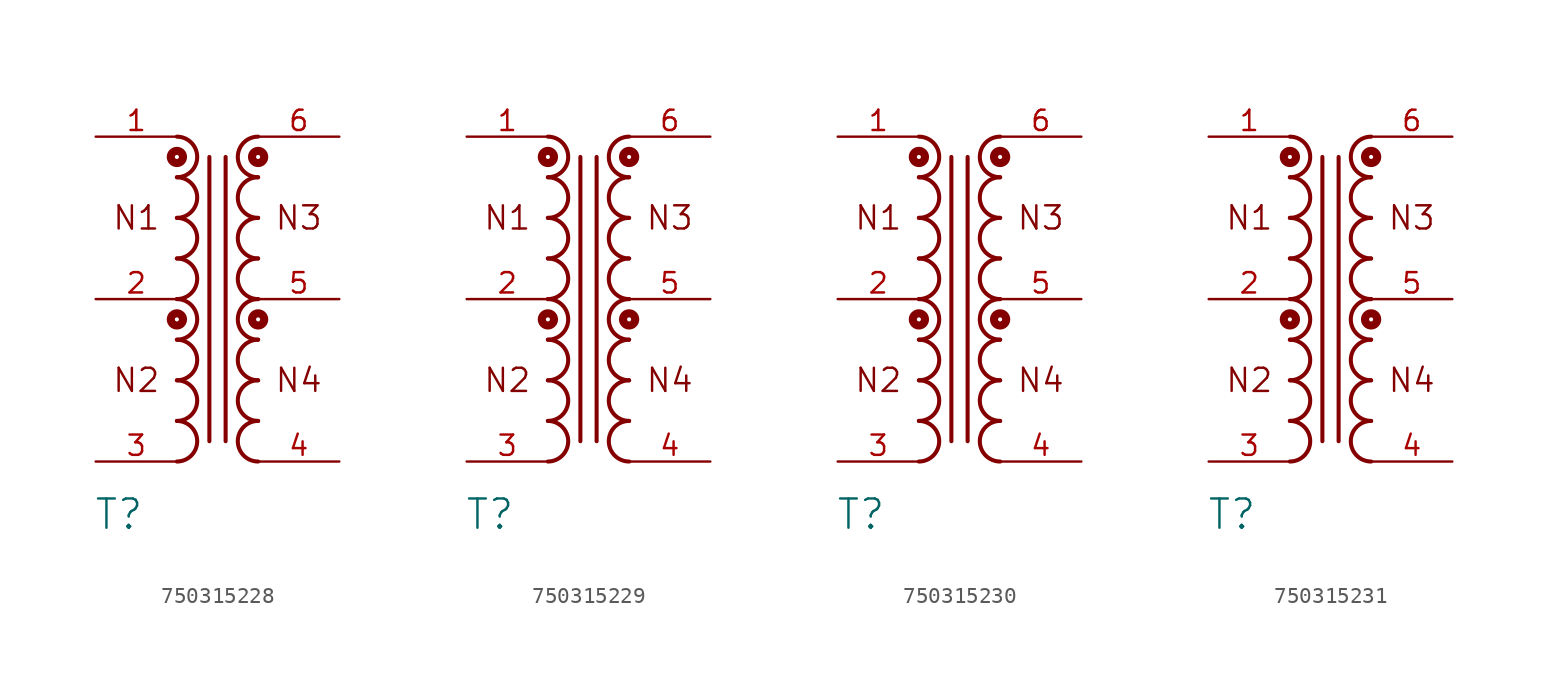
<source format=kicad_sym>
(kicad_symbol_lib
  (version 20231120)
  (generator "kicad_symbol_editor")
  (generator_version "8.0")
  (symbol "750315228"
    (property "Reference" "T"
      (at 1.457 -23.622 0)
      (effects (font (size 1.829 1.829))))
    (symbol "750315228_1_0"
      (polyline (pts (xy 7.112 -1.27) (xy 7.112 -19.05)) (stroke (width 0.254) (type solid)) (fill (type none)))
      (polyline (pts (xy 8.128 -1.27) (xy 8.128 -19.05)) (stroke (width 0.254) (type solid)) (fill (type none)))
      (arc (start 5.08 -20.32) (mid 6.35 -19.05) (end 5.08 -17.78) (stroke (width 0.254) (type solid)) (fill (type none)))
      (arc (start 5.08 -17.78) (mid 6.35 -16.51) (end 5.08 -15.24) (stroke (width 0.254) (type solid)) (fill (type none)))
      (arc (start 5.08 -15.24) (mid 6.35 -13.97) (end 5.08 -12.7) (stroke (width 0.254) (type solid)) (fill (type none)))
      (arc (start 5.08 -12.7) (mid 6.35 -11.43) (end 5.08 -10.16) (stroke (width 0.254) (type solid)) (fill (type none)))
      (circle (center 5.08 -11.43) (radius 0.127) (stroke (width 0.508) (type solid)) (fill (type none)))
      (arc (start 5.08 -10.16) (mid 6.35 -8.89) (end 5.08 -7.62) (stroke (width 0.254) (type solid)) (fill (type none)))
      (arc (start 5.08 -7.62) (mid 6.35 -6.35) (end 5.08 -5.08) (stroke (width 0.254) (type solid)) (fill (type none)))
      (arc (start 5.08 -5.08) (mid 6.35 -3.81) (end 5.08 -2.54) (stroke (width 0.254) (type solid)) (fill (type none)))
      (arc (start 5.08 -2.54) (mid 6.35 -1.27) (end 5.08 0) (stroke (width 0.254) (type solid)) (fill (type none)))
      (circle (center 5.08 -1.27) (radius 0.127) (stroke (width 0.508) (type solid)) (fill (type none)))
      (arc (start 10.16 -17.78) (mid 8.89 -19.05) (end 10.16 -20.32) (stroke (width 0.254) (type solid)) (fill (type none)))
      (arc (start 10.16 -15.24) (mid 8.89 -16.51) (end 10.16 -17.78) (stroke (width 0.254) (type solid)) (fill (type none)))
      (arc (start 10.16 -12.7) (mid 8.89 -13.97) (end 10.16 -15.24) (stroke (width 0.254) (type solid)) (fill (type none)))
      (circle (center 10.16 -11.43) (radius 0.127) (stroke (width 0.508) (type solid)) (fill (type none)))
      (arc (start 10.16 -10.16) (mid 8.89 -11.43) (end 10.16 -12.7) (stroke (width 0.254) (type solid)) (fill (type none)))
      (arc (start 10.16 -7.62) (mid 8.89 -8.89) (end 10.16 -10.16) (stroke (width 0.254) (type solid)) (fill (type none)))
      (arc (start 10.16 -5.08) (mid 8.89 -6.35) (end 10.16 -7.62) (stroke (width 0.254) (type solid)) (fill (type none)))
      (arc (start 10.16 -2.54) (mid 8.89 -3.81) (end 10.16 -5.08) (stroke (width 0.254) (type solid)) (fill (type none)))
      (circle (center 10.16 -1.27) (radius 0.127) (stroke (width 0.508) (type solid)) (fill (type none)))
      (arc (start 10.16 0) (mid 8.89 -1.27) (end 10.16 -2.54) (stroke (width 0.254) (type solid)) (fill (type none)))
      (text "N1" (at 2.54 -5.08 0) (effects (font (size 1.448 1.448))))
      (text "N2" (at 2.54 -15.24 0) (effects (font (size 1.448 1.448))))
      (text "N3" (at 12.7 -5.08 0) (effects (font (size 1.448 1.448))))
      (text "N4" (at 12.7 -15.24 0) (effects (font (size 1.448 1.448))))
      (pin passive line (at 0 0 0) (length 5.08) (name "1" (effects (font (size 0 0)))) (number "1" (effects (font (size 1.27 1.27)))))
      (pin passive line (at 0 -10.16 0) (length 5.08) (name "2" (effects (font (size 0 0)))) (number "2" (effects (font (size 1.27 1.27)))))
      (pin passive line (at 0 -20.32 0) (length 5.08) (name "3" (effects (font (size 0 0)))) (number "3" (effects (font (size 1.27 1.27)))))
      (pin passive line (at 15.24 -20.32 180) (length 5.08) (name "4" (effects (font (size 0 0)))) (number "4" (effects (font (size 1.27 1.27)))))
      (pin passive line (at 15.24 -10.16 180) (length 5.08) (name "5" (effects (font (size 0 0)))) (number "5" (effects (font (size 1.27 1.27)))))
      (pin passive line (at 15.24 0 180) (length 5.08) (name "6" (effects (font (size 0 0)))) (number "6" (effects (font (size 1.27 1.27)))))))
  (symbol "750315229"
    (property "Reference" "T"
      (at 1.457 -23.622 0)
      (effects (font (size 1.829 1.829))))
    (symbol "750315229_1_0"
      (polyline (pts (xy 7.112 -1.27) (xy 7.112 -19.05)) (stroke (width 0.254) (type solid)) (fill (type none)))
      (polyline (pts (xy 8.128 -1.27) (xy 8.128 -19.05)) (stroke (width 0.254) (type solid)) (fill (type none)))
      (arc (start 5.08 -20.32) (mid 6.35 -19.05) (end 5.08 -17.78) (stroke (width 0.254) (type solid)) (fill (type none)))
      (arc (start 5.08 -17.78) (mid 6.35 -16.51) (end 5.08 -15.24) (stroke (width 0.254) (type solid)) (fill (type none)))
      (arc (start 5.08 -15.24) (mid 6.35 -13.97) (end 5.08 -12.7) (stroke (width 0.254) (type solid)) (fill (type none)))
      (arc (start 5.08 -12.7) (mid 6.35 -11.43) (end 5.08 -10.16) (stroke (width 0.254) (type solid)) (fill (type none)))
      (circle (center 5.08 -11.43) (radius 0.127) (stroke (width 0.508) (type solid)) (fill (type none)))
      (arc (start 5.08 -10.16) (mid 6.35 -8.89) (end 5.08 -7.62) (stroke (width 0.254) (type solid)) (fill (type none)))
      (arc (start 5.08 -7.62) (mid 6.35 -6.35) (end 5.08 -5.08) (stroke (width 0.254) (type solid)) (fill (type none)))
      (arc (start 5.08 -5.08) (mid 6.35 -3.81) (end 5.08 -2.54) (stroke (width 0.254) (type solid)) (fill (type none)))
      (arc (start 5.08 -2.54) (mid 6.35 -1.27) (end 5.08 0) (stroke (width 0.254) (type solid)) (fill (type none)))
      (circle (center 5.08 -1.27) (radius 0.127) (stroke (width 0.508) (type solid)) (fill (type none)))
      (arc (start 10.16 -17.78) (mid 8.89 -19.05) (end 10.16 -20.32) (stroke (width 0.254) (type solid)) (fill (type none)))
      (arc (start 10.16 -15.24) (mid 8.89 -16.51) (end 10.16 -17.78) (stroke (width 0.254) (type solid)) (fill (type none)))
      (arc (start 10.16 -12.7) (mid 8.89 -13.97) (end 10.16 -15.24) (stroke (width 0.254) (type solid)) (fill (type none)))
      (circle (center 10.16 -11.43) (radius 0.127) (stroke (width 0.508) (type solid)) (fill (type none)))
      (arc (start 10.16 -10.16) (mid 8.89 -11.43) (end 10.16 -12.7) (stroke (width 0.254) (type solid)) (fill (type none)))
      (arc (start 10.16 -7.62) (mid 8.89 -8.89) (end 10.16 -10.16) (stroke (width 0.254) (type solid)) (fill (type none)))
      (arc (start 10.16 -5.08) (mid 8.89 -6.35) (end 10.16 -7.62) (stroke (width 0.254) (type solid)) (fill (type none)))
      (arc (start 10.16 -2.54) (mid 8.89 -3.81) (end 10.16 -5.08) (stroke (width 0.254) (type solid)) (fill (type none)))
      (circle (center 10.16 -1.27) (radius 0.127) (stroke (width 0.508) (type solid)) (fill (type none)))
      (arc (start 10.16 0) (mid 8.89 -1.27) (end 10.16 -2.54) (stroke (width 0.254) (type solid)) (fill (type none)))
      (text "N1" (at 2.54 -5.08 0) (effects (font (size 1.448 1.448))))
      (text "N2" (at 2.54 -15.24 0) (effects (font (size 1.448 1.448))))
      (text "N3" (at 12.7 -5.08 0) (effects (font (size 1.448 1.448))))
      (text "N4" (at 12.7 -15.24 0) (effects (font (size 1.448 1.448))))
      (pin passive line (at 0 0 0) (length 5.08) (name "1" (effects (font (size 0 0)))) (number "1" (effects (font (size 1.27 1.27)))))
      (pin passive line (at 0 -10.16 0) (length 5.08) (name "2" (effects (font (size 0 0)))) (number "2" (effects (font (size 1.27 1.27)))))
      (pin passive line (at 0 -20.32 0) (length 5.08) (name "3" (effects (font (size 0 0)))) (number "3" (effects (font (size 1.27 1.27)))))
      (pin passive line (at 15.24 -20.32 180) (length 5.08) (name "4" (effects (font (size 0 0)))) (number "4" (effects (font (size 1.27 1.27)))))
      (pin passive line (at 15.24 -10.16 180) (length 5.08) (name "5" (effects (font (size 0 0)))) (number "5" (effects (font (size 1.27 1.27)))))
      (pin passive line (at 15.24 0 180) (length 5.08) (name "6" (effects (font (size 0 0)))) (number "6" (effects (font (size 1.27 1.27)))))))
  (symbol "750315230"
    (property "Reference" "T"
      (at 1.457 -23.622 0)
      (effects (font (size 1.829 1.829))))
    (symbol "750315230_1_0"
      (polyline (pts (xy 7.112 -1.27) (xy 7.112 -19.05)) (stroke (width 0.254) (type solid)) (fill (type none)))
      (polyline (pts (xy 8.128 -1.27) (xy 8.128 -19.05)) (stroke (width 0.254) (type solid)) (fill (type none)))
      (arc (start 5.08 -20.32) (mid 6.35 -19.05) (end 5.08 -17.78) (stroke (width 0.254) (type solid)) (fill (type none)))
      (arc (start 5.08 -17.78) (mid 6.35 -16.51) (end 5.08 -15.24) (stroke (width 0.254) (type solid)) (fill (type none)))
      (arc (start 5.08 -15.24) (mid 6.35 -13.97) (end 5.08 -12.7) (stroke (width 0.254) (type solid)) (fill (type none)))
      (arc (start 5.08 -12.7) (mid 6.35 -11.43) (end 5.08 -10.16) (stroke (width 0.254) (type solid)) (fill (type none)))
      (circle (center 5.08 -11.43) (radius 0.127) (stroke (width 0.508) (type solid)) (fill (type none)))
      (arc (start 5.08 -10.16) (mid 6.35 -8.89) (end 5.08 -7.62) (stroke (width 0.254) (type solid)) (fill (type none)))
      (arc (start 5.08 -7.62) (mid 6.35 -6.35) (end 5.08 -5.08) (stroke (width 0.254) (type solid)) (fill (type none)))
      (arc (start 5.08 -5.08) (mid 6.35 -3.81) (end 5.08 -2.54) (stroke (width 0.254) (type solid)) (fill (type none)))
      (arc (start 5.08 -2.54) (mid 6.35 -1.27) (end 5.08 0) (stroke (width 0.254) (type solid)) (fill (type none)))
      (circle (center 5.08 -1.27) (radius 0.127) (stroke (width 0.508) (type solid)) (fill (type none)))
      (arc (start 10.16 -17.78) (mid 8.89 -19.05) (end 10.16 -20.32) (stroke (width 0.254) (type solid)) (fill (type none)))
      (arc (start 10.16 -15.24) (mid 8.89 -16.51) (end 10.16 -17.78) (stroke (width 0.254) (type solid)) (fill (type none)))
      (arc (start 10.16 -12.7) (mid 8.89 -13.97) (end 10.16 -15.24) (stroke (width 0.254) (type solid)) (fill (type none)))
      (circle (center 10.16 -11.43) (radius 0.127) (stroke (width 0.508) (type solid)) (fill (type none)))
      (arc (start 10.16 -10.16) (mid 8.89 -11.43) (end 10.16 -12.7) (stroke (width 0.254) (type solid)) (fill (type none)))
      (arc (start 10.16 -7.62) (mid 8.89 -8.89) (end 10.16 -10.16) (stroke (width 0.254) (type solid)) (fill (type none)))
      (arc (start 10.16 -5.08) (mid 8.89 -6.35) (end 10.16 -7.62) (stroke (width 0.254) (type solid)) (fill (type none)))
      (arc (start 10.16 -2.54) (mid 8.89 -3.81) (end 10.16 -5.08) (stroke (width 0.254) (type solid)) (fill (type none)))
      (circle (center 10.16 -1.27) (radius 0.127) (stroke (width 0.508) (type solid)) (fill (type none)))
      (arc (start 10.16 0) (mid 8.89 -1.27) (end 10.16 -2.54) (stroke (width 0.254) (type solid)) (fill (type none)))
      (text "N1" (at 2.54 -5.08 0) (effects (font (size 1.448 1.448))))
      (text "N2" (at 2.54 -15.24 0) (effects (font (size 1.448 1.448))))
      (text "N3" (at 12.7 -5.08 0) (effects (font (size 1.448 1.448))))
      (text "N4" (at 12.7 -15.24 0) (effects (font (size 1.448 1.448))))
      (pin passive line (at 0 0 0) (length 5.08) (name "1" (effects (font (size 0 0)))) (number "1" (effects (font (size 1.27 1.27)))))
      (pin passive line (at 0 -10.16 0) (length 5.08) (name "2" (effects (font (size 0 0)))) (number "2" (effects (font (size 1.27 1.27)))))
      (pin passive line (at 0 -20.32 0) (length 5.08) (name "3" (effects (font (size 0 0)))) (number "3" (effects (font (size 1.27 1.27)))))
      (pin passive line (at 15.24 -20.32 180) (length 5.08) (name "4" (effects (font (size 0 0)))) (number "4" (effects (font (size 1.27 1.27)))))
      (pin passive line (at 15.24 -10.16 180) (length 5.08) (name "5" (effects (font (size 0 0)))) (number "5" (effects (font (size 1.27 1.27)))))
      (pin passive line (at 15.24 0 180) (length 5.08) (name "6" (effects (font (size 0 0)))) (number "6" (effects (font (size 1.27 1.27)))))))
  (symbol "750315231"
    (property "Reference" "T"
      (at 1.457 -23.622 0)
      (effects (font (size 1.829 1.829))))
    (symbol "750315231_1_0"
      (polyline (pts (xy 7.112 -1.27) (xy 7.112 -19.05)) (stroke (width 0.254) (type solid)) (fill (type none)))
      (polyline (pts (xy 8.128 -1.27) (xy 8.128 -19.05)) (stroke (width 0.254) (type solid)) (fill (type none)))
      (arc (start 5.08 -20.32) (mid 6.35 -19.05) (end 5.08 -17.78) (stroke (width 0.254) (type solid)) (fill (type none)))
      (arc (start 5.08 -17.78) (mid 6.35 -16.51) (end 5.08 -15.24) (stroke (width 0.254) (type solid)) (fill (type none)))
      (arc (start 5.08 -15.24) (mid 6.35 -13.97) (end 5.08 -12.7) (stroke (width 0.254) (type solid)) (fill (type none)))
      (arc (start 5.08 -12.7) (mid 6.35 -11.43) (end 5.08 -10.16) (stroke (width 0.254) (type solid)) (fill (type none)))
      (circle (center 5.08 -11.43) (radius 0.127) (stroke (width 0.508) (type solid)) (fill (type none)))
      (arc (start 5.08 -10.16) (mid 6.35 -8.89) (end 5.08 -7.62) (stroke (width 0.254) (type solid)) (fill (type none)))
      (arc (start 5.08 -7.62) (mid 6.35 -6.35) (end 5.08 -5.08) (stroke (width 0.254) (type solid)) (fill (type none)))
      (arc (start 5.08 -5.08) (mid 6.35 -3.81) (end 5.08 -2.54) (stroke (width 0.254) (type solid)) (fill (type none)))
      (arc (start 5.08 -2.54) (mid 6.35 -1.27) (end 5.08 0) (stroke (width 0.254) (type solid)) (fill (type none)))
      (circle (center 5.08 -1.27) (radius 0.127) (stroke (width 0.508) (type solid)) (fill (type none)))
      (arc (start 10.16 -17.78) (mid 8.89 -19.05) (end 10.16 -20.32) (stroke (width 0.254) (type solid)) (fill (type none)))
      (arc (start 10.16 -15.24) (mid 8.89 -16.51) (end 10.16 -17.78) (stroke (width 0.254) (type solid)) (fill (type none)))
      (arc (start 10.16 -12.7) (mid 8.89 -13.97) (end 10.16 -15.24) (stroke (width 0.254) (type solid)) (fill (type none)))
      (circle (center 10.16 -11.43) (radius 0.127) (stroke (width 0.508) (type solid)) (fill (type none)))
      (arc (start 10.16 -10.16) (mid 8.89 -11.43) (end 10.16 -12.7) (stroke (width 0.254) (type solid)) (fill (type none)))
      (arc (start 10.16 -7.62) (mid 8.89 -8.89) (end 10.16 -10.16) (stroke (width 0.254) (type solid)) (fill (type none)))
      (arc (start 10.16 -5.08) (mid 8.89 -6.35) (end 10.16 -7.62) (stroke (width 0.254) (type solid)) (fill (type none)))
      (arc (start 10.16 -2.54) (mid 8.89 -3.81) (end 10.16 -5.08) (stroke (width 0.254) (type solid)) (fill (type none)))
      (circle (center 10.16 -1.27) (radius 0.127) (stroke (width 0.508) (type solid)) (fill (type none)))
      (arc (start 10.16 0) (mid 8.89 -1.27) (end 10.16 -2.54) (stroke (width 0.254) (type solid)) (fill (type none)))
      (text "N1" (at 2.54 -5.08 0) (effects (font (size 1.448 1.448))))
      (text "N2" (at 2.54 -15.24 0) (effects (font (size 1.448 1.448))))
      (text "N3" (at 12.7 -5.08 0) (effects (font (size 1.448 1.448))))
      (text "N4" (at 12.7 -15.24 0) (effects (font (size 1.448 1.448))))
      (pin passive line (at 0 0 0) (length 5.08) (name "1" (effects (font (size 0 0)))) (number "1" (effects (font (size 1.27 1.27)))))
      (pin passive line (at 0 -10.16 0) (length 5.08) (name "2" (effects (font (size 0 0)))) (number "2" (effects (font (size 1.27 1.27)))))
      (pin passive line (at 0 -20.32 0) (length 5.08) (name "3" (effects (font (size 0 0)))) (number "3" (effects (font (size 1.27 1.27)))))
      (pin passive line (at 15.24 -20.32 180) (length 5.08) (name "4" (effects (font (size 0 0)))) (number "4" (effects (font (size 1.27 1.27)))))
      (pin passive line (at 15.24 -10.16 180) (length 5.08) (name "5" (effects (font (size 0 0)))) (number "5" (effects (font (size 1.27 1.27)))))
      (pin passive line (at 15.24 0 180) (length 5.08) (name "6" (effects (font (size 0 0)))) (number "6" (effects (font (size 1.27 1.27))))))))
</source>
